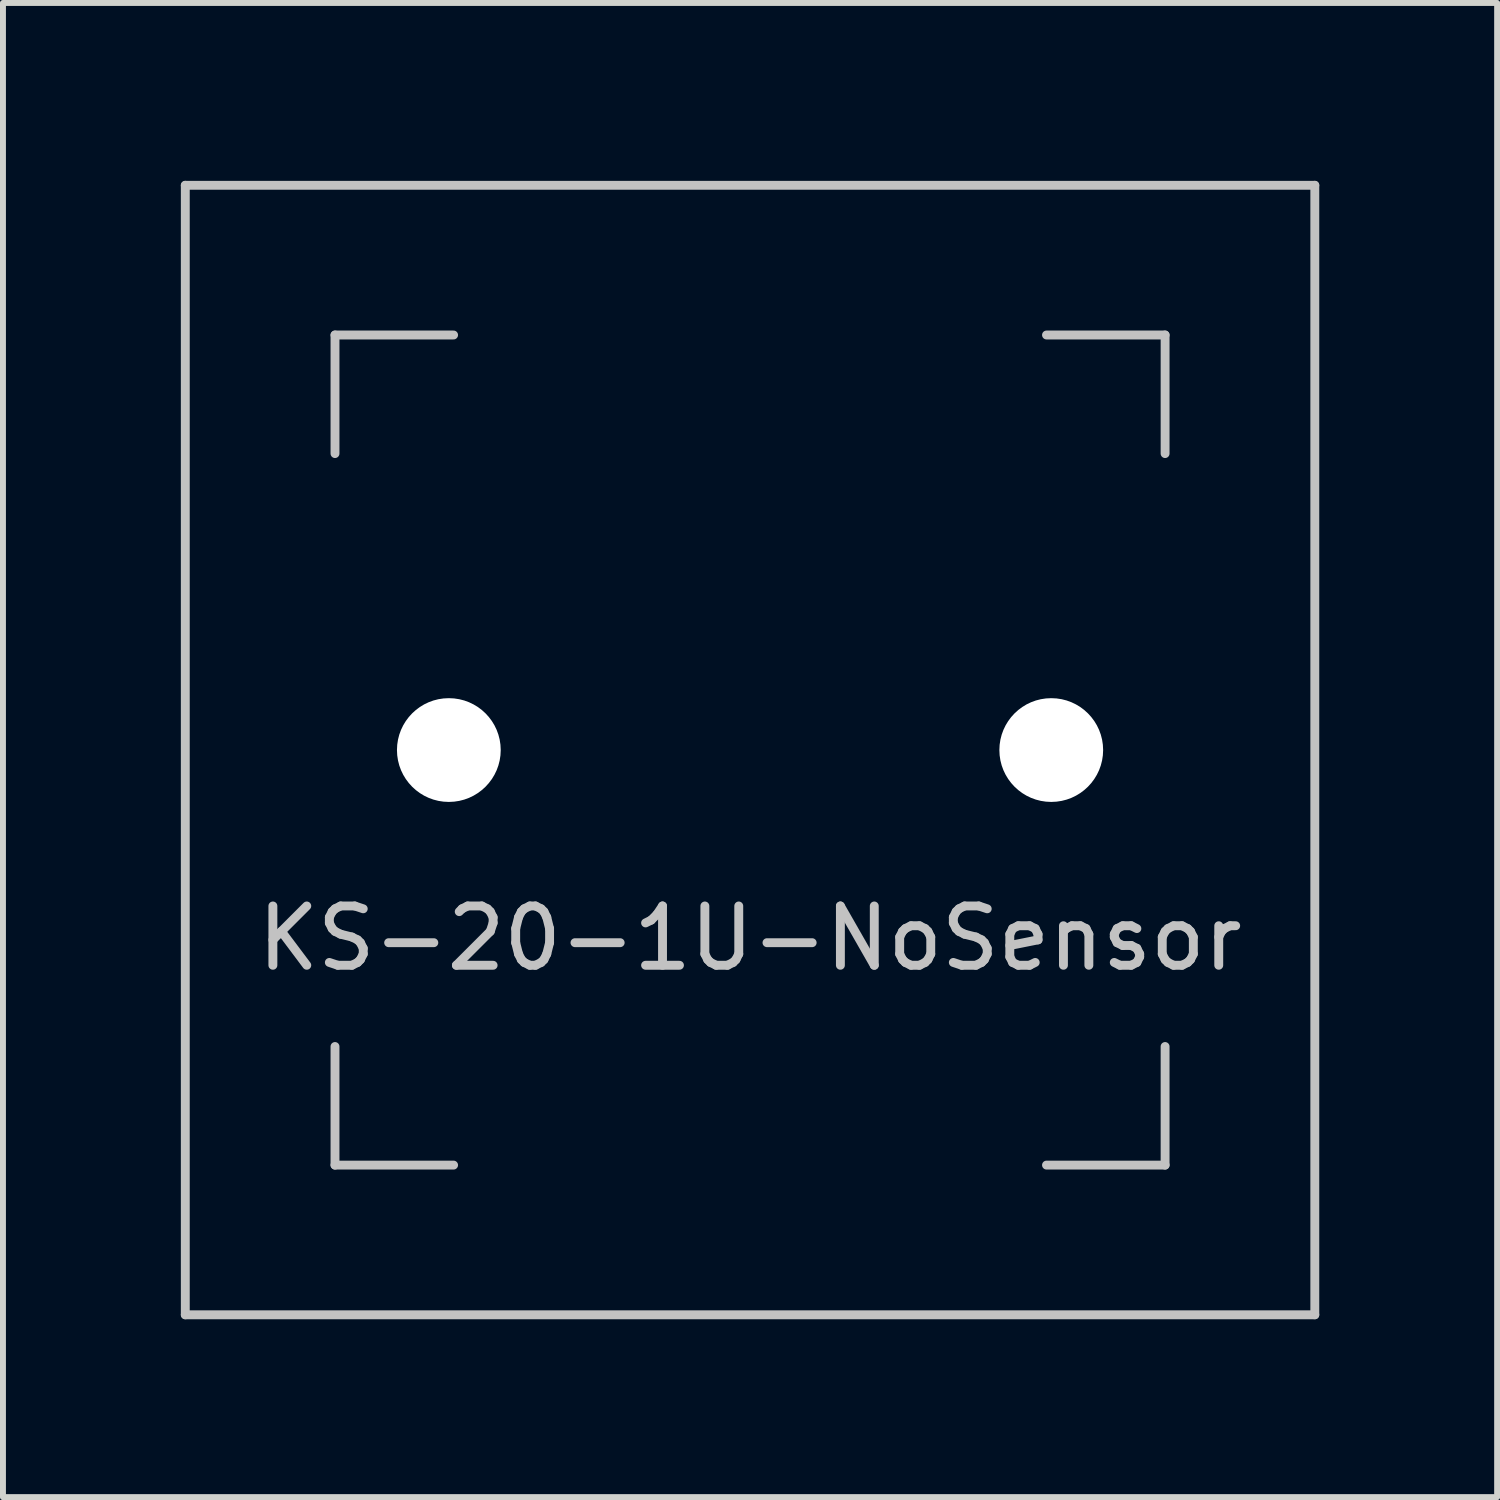
<source format=kicad_pcb>
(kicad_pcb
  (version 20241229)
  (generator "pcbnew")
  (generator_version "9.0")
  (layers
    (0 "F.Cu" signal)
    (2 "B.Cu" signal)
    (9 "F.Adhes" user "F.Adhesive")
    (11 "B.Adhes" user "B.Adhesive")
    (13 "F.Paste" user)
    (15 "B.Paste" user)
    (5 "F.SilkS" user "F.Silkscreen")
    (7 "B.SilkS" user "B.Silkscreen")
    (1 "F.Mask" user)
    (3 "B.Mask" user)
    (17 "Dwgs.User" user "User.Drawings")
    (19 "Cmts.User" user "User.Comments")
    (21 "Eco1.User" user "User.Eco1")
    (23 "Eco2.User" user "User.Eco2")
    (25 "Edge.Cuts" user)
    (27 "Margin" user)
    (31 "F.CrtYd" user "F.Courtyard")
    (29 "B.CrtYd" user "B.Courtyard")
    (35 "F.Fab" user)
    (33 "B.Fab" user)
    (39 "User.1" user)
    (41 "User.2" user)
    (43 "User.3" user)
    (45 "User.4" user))
  (footprint "KS-20-1U-NoSensor"
    (layer "F.Cu")
    (at 9.6 9.6)
    (property "Reference" "KS-20-1U-NoSensor" (at 0 3.175 0) (layer "Dwgs.User") (effects (font (size 1 1) (thickness 0.15))))
    (attr through_hole)
    (fp_line (start -9.525 -9.525) (end 9.525 -9.525) (stroke (width 0.15) (type solid)) (layer "Dwgs.User"))
    (fp_line (start -9.525 9.525) (end -9.525 -9.525) (stroke (width 0.15) (type solid)) (layer "Dwgs.User"))
    (fp_line (start -7 -7) (end -7 -5) (stroke (width 0.15) (type solid)) (layer "Dwgs.User"))
    (fp_line (start -7 5) (end -7 7) (stroke (width 0.15) (type solid)) (layer "Dwgs.User"))
    (fp_line (start -7 7) (end -5 7) (stroke (width 0.15) (type solid)) (layer "Dwgs.User"))
    (fp_line (start -5 -7) (end -7 -7) (stroke (width 0.15) (type solid)) (layer "Dwgs.User"))
    (fp_line (start 5 -7) (end 7 -7) (stroke (width 0.15) (type solid)) (layer "Dwgs.User"))
    (fp_line (start 5 7) (end 7 7) (stroke (width 0.15) (type solid)) (layer "Dwgs.User"))
    (fp_line (start 7 -7) (end 7 -5) (stroke (width 0.15) (type solid)) (layer "Dwgs.User"))
    (fp_line (start 7 7) (end 7 5) (stroke (width 0.15) (type solid)) (layer "Dwgs.User"))
    (fp_line (start 9.525 -9.525) (end 9.525 9.525) (stroke (width 0.15) (type solid)) (layer "Dwgs.User"))
    (fp_line (start 9.525 9.525) (end -9.525 9.525) (stroke (width 0.15) (type solid)) (layer "Dwgs.User"))
    (pad "" np_thru_hole circle (at -5.08 0 48.1) (size 1.75 1.75) (drill 1.75) (layers "*.Cu" "*.Mask"))
    (pad "" np_thru_hole circle (at 5.08 0 48.1) (size 1.75 1.75) (drill 1.75) (layers "*.Cu" "*.Mask")))
  (gr_rect
    (start -3 -3)
    (end 22.2 22.2)
    (stroke (width 0.1) (type default))
    (fill no)
    (layer "Edge.Cuts")))
</source>
